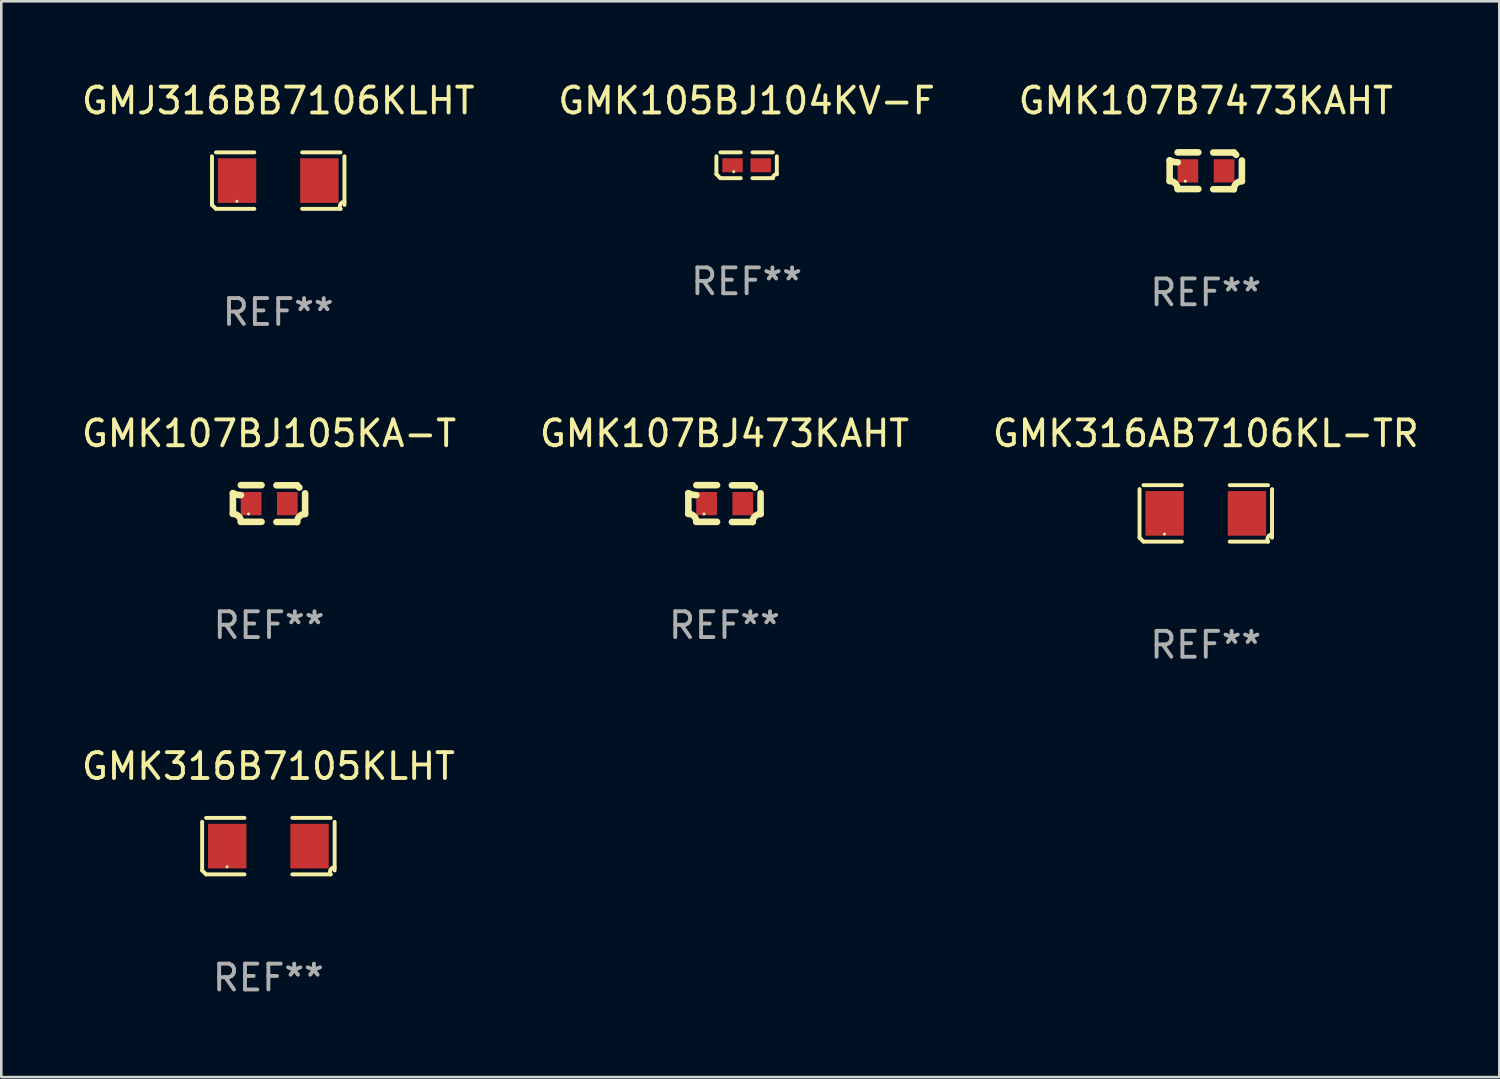
<source format=kicad_pcb>
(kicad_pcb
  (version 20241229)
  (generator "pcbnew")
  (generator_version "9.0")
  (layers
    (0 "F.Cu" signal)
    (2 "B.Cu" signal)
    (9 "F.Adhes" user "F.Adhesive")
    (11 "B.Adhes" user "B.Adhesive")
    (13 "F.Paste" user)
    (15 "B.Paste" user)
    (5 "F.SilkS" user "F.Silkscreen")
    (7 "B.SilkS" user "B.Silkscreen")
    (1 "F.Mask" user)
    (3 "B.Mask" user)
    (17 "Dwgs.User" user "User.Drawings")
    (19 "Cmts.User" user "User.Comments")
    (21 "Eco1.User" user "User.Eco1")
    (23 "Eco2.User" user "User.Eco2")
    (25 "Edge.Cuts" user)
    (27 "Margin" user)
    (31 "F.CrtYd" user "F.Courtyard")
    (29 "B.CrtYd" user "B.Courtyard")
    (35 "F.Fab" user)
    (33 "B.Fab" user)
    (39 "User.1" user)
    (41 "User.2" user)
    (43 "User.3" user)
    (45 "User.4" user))
  (footprint "GMK316AB7106KL-TR"
    (layer "F.Cu")
    (at 43.625 16.823)
    (property "Reference" "GMK316AB7106KL-TR" (at 0 -3.093 0) (layer "F.SilkS") (effects (font (size 1 1) (thickness 0.15))))
    (attr through_hole)
    (fp_line (start -2.564 0.94) (end -2.564 -0.94) (stroke (width 0.152) (type solid)) (layer "F.SilkS"))
    (fp_line (start -2.411 -1.093) (end -0.926 -1.093) (stroke (width 0.152) (type solid)) (layer "F.SilkS"))
    (fp_line (start -0.926 1.093) (end -2.411 1.093) (stroke (width 0.152) (type solid)) (layer "F.SilkS"))
    (fp_line (start 0.926 1.093) (end 2.411 1.093) (stroke (width 0.152) (type solid)) (layer "F.SilkS"))
    (fp_line (start 2.411 -1.093) (end 0.926 -1.093) (stroke (width 0.152) (type solid)) (layer "F.SilkS"))
    (fp_line (start 2.564 0.94) (end 2.564 -0.94) (stroke (width 0.152) (type solid)) (layer "F.SilkS"))
    (fp_arc (start -2.411201 1.092609) (mid -2.487413 1.01642) (end -2.563602 0.940208) (stroke (width 0.1524) (type solid)) (layer "F.SilkS"))
    (fp_arc (start 2.411201 1.092609) (mid 2.407159 0.911226) (end 2.563602 0.819347) (stroke (width 0.1524) (type solid)) (layer "F.SilkS"))
    (fp_circle (center -1.6 0.8) (end -1.57 0.8) (stroke (width 0.06) (type solid)) (fill no) (layer "F.SilkS"))
    (fp_text user "REF**" (at 0 5.093 0) (layer "F.Fab") (effects (font (size 1 1) (thickness 0.15))))
    (pad "1" smd rect (at -1.593 0) (size 1.485 1.728) (layers "F.Cu" "F.Mask" "F.Paste"))
    (pad "2" smd rect (at 1.593 0) (size 1.485 1.728) (layers "F.Cu" "F.Mask" "F.Paste")))
  (footprint "GMK316B7105KLHT"
    (layer "F.Cu")
    (at 7.339 29.704)
    (property "Reference" "GMK316B7105KLHT" (at 0 -3.093 0) (layer "F.SilkS") (effects (font (size 1 1) (thickness 0.15))))
    (attr through_hole)
    (fp_line (start -2.564 0.94) (end -2.564 -0.94) (stroke (width 0.152) (type solid)) (layer "F.SilkS"))
    (fp_line (start -2.411 -1.093) (end -0.926 -1.093) (stroke (width 0.152) (type solid)) (layer "F.SilkS"))
    (fp_line (start -0.926 1.093) (end -2.411 1.093) (stroke (width 0.152) (type solid)) (layer "F.SilkS"))
    (fp_line (start 0.926 1.093) (end 2.411 1.093) (stroke (width 0.152) (type solid)) (layer "F.SilkS"))
    (fp_line (start 2.411 -1.093) (end 0.926 -1.093) (stroke (width 0.152) (type solid)) (layer "F.SilkS"))
    (fp_line (start 2.564 0.94) (end 2.564 -0.94) (stroke (width 0.152) (type solid)) (layer "F.SilkS"))
    (fp_arc (start -2.411201 1.092609) (mid -2.487413 1.01642) (end -2.563602 0.940208) (stroke (width 0.1524) (type solid)) (layer "F.SilkS"))
    (fp_arc (start 2.411201 1.092609) (mid 2.407159 0.911226) (end 2.563602 0.819347) (stroke (width 0.1524) (type solid)) (layer "F.SilkS"))
    (fp_circle (center -1.6 0.8) (end -1.57 0.8) (stroke (width 0.06) (type solid)) (fill no) (layer "F.SilkS"))
    (fp_text user "REF**" (at 0 5.093 0) (layer "F.Fab") (effects (font (size 1 1) (thickness 0.15))))
    (pad "1" smd rect (at -1.593 0) (size 1.485 1.728) (layers "F.Cu" "F.Mask" "F.Paste"))
    (pad "2" smd rect (at 1.593 0) (size 1.485 1.728) (layers "F.Cu" "F.Mask" "F.Paste")))
  (footprint "GMK107BJ473KAHT"
    (layer "F.Cu")
    (at 24.994 16.443)
    (property "Reference" "GMK107BJ473KAHT" (at 0 -2.713 0) (layer "F.SilkS") (effects (font (size 1 1) (thickness 0.15))))
    (attr through_hole)
    (fp_line (start -1.398 -0.403) (end -1.398 0.397) (stroke (width 0.254) (type solid)) (layer "F.SilkS"))
    (fp_line (start -0.288 -0.713) (end -1.088 -0.713) (stroke (width 0.254) (type solid)) (layer "F.SilkS"))
    (fp_line (start -0.288 0.707) (end -1.088 0.707) (stroke (width 0.254) (type solid)) (layer "F.SilkS"))
    (fp_line (start 0.288 -0.707) (end 1.088 -0.707) (stroke (width 0.254) (type solid)) (layer "F.SilkS"))
    (fp_line (start 0.288 0.713) (end 1.088 0.713) (stroke (width 0.254) (type solid)) (layer "F.SilkS"))
    (fp_line (start 1.398 -0.397) (end 1.398 0.403) (stroke (width 0.254) (type solid)) (layer "F.SilkS"))
    (fp_arc (start -1.397789 0.397066) (mid -1.178701 0.487826) (end -1.08796 0.706922) (stroke (width 0.254001) (type solid)) (layer "F.SilkS"))
    (fp_arc (start -1.08796 -0.327176) (mid -1.247436 -0.346384) (end -1.39779 -0.402908) (stroke (width 0.254001) (type solid)) (layer "F.SilkS"))
    (fp_arc (start 1.087909 0.712738) (mid 1.178656 0.493655) (end 1.397739 0.402908) (stroke (width 0.254001) (type solid)) (layer "F.SilkS"))
    (fp_arc (start 1.175925 -0.618926) (mid 1.131917 -0.662923) (end 1.08791 -0.706922) (stroke (width 0.254001) (type solid)) (layer "F.SilkS"))
    (fp_circle (center -0.792 0.403) (end -0.762 0.403) (stroke (width 0.06) (type solid)) (fill no) (layer "F.SilkS"))
    (fp_text user "REF**" (at 0 4.713 0) (layer "F.Fab") (effects (font (size 1 1) (thickness 0.15))))
    (pad "1" smd rect (at -0.692 0.003) (size 0.8 0.9) (layers "F.Cu" "F.Mask" "F.Paste"))
    (pad "2" smd rect (at 0.708 0.003) (size 0.8 0.9) (layers "F.Cu" "F.Mask" "F.Paste")))
  (footprint "GMK107BJ105KA-T"
    (layer "F.Cu")
    (at 7.363 16.443)
    (property "Reference" "GMK107BJ105KA-T" (at 0 -2.713 0) (layer "F.SilkS") (effects (font (size 1 1) (thickness 0.15))))
    (attr through_hole)
    (fp_line (start -1.398 -0.403) (end -1.398 0.397) (stroke (width 0.254) (type solid)) (layer "F.SilkS"))
    (fp_line (start -0.288 -0.713) (end -1.088 -0.713) (stroke (width 0.254) (type solid)) (layer "F.SilkS"))
    (fp_line (start -0.288 0.707) (end -1.088 0.707) (stroke (width 0.254) (type solid)) (layer "F.SilkS"))
    (fp_line (start 0.288 -0.707) (end 1.088 -0.707) (stroke (width 0.254) (type solid)) (layer "F.SilkS"))
    (fp_line (start 0.288 0.713) (end 1.088 0.713) (stroke (width 0.254) (type solid)) (layer "F.SilkS"))
    (fp_line (start 1.398 -0.397) (end 1.398 0.403) (stroke (width 0.254) (type solid)) (layer "F.SilkS"))
    (fp_arc (start -1.397789 0.397066) (mid -1.178701 0.487826) (end -1.08796 0.706922) (stroke (width 0.254001) (type solid)) (layer "F.SilkS"))
    (fp_arc (start -1.08796 -0.327176) (mid -1.247436 -0.346384) (end -1.39779 -0.402908) (stroke (width 0.254001) (type solid)) (layer "F.SilkS"))
    (fp_arc (start 1.087909 0.712738) (mid 1.178656 0.493655) (end 1.397739 0.402908) (stroke (width 0.254001) (type solid)) (layer "F.SilkS"))
    (fp_arc (start 1.175925 -0.618926) (mid 1.131917 -0.662923) (end 1.08791 -0.706922) (stroke (width 0.254001) (type solid)) (layer "F.SilkS"))
    (fp_circle (center -0.792 0.403) (end -0.762 0.403) (stroke (width 0.06) (type solid)) (fill no) (layer "F.SilkS"))
    (fp_text user "REF**" (at 0 4.713 0) (layer "F.Fab") (effects (font (size 1 1) (thickness 0.15))))
    (pad "1" smd rect (at -0.692 0.003) (size 0.8 0.9) (layers "F.Cu" "F.Mask" "F.Paste"))
    (pad "2" smd rect (at 0.708 0.003) (size 0.8 0.9) (layers "F.Cu" "F.Mask" "F.Paste")))
  (footprint "GMJ316BB7106KLHT"
    (layer "F.Cu")
    (at 7.72 3.941)
    (property "Reference" "GMJ316BB7106KLHT" (at 0 -3.093 0) (layer "F.SilkS") (effects (font (size 1 1) (thickness 0.15))))
    (attr through_hole)
    (fp_line (start -2.564 0.94) (end -2.564 -0.94) (stroke (width 0.152) (type solid)) (layer "F.SilkS"))
    (fp_line (start -2.411 -1.093) (end -0.926 -1.093) (stroke (width 0.152) (type solid)) (layer "F.SilkS"))
    (fp_line (start -0.926 1.093) (end -2.411 1.093) (stroke (width 0.152) (type solid)) (layer "F.SilkS"))
    (fp_line (start 0.926 1.093) (end 2.411 1.093) (stroke (width 0.152) (type solid)) (layer "F.SilkS"))
    (fp_line (start 2.411 -1.093) (end 0.926 -1.093) (stroke (width 0.152) (type solid)) (layer "F.SilkS"))
    (fp_line (start 2.564 0.94) (end 2.564 -0.94) (stroke (width 0.152) (type solid)) (layer "F.SilkS"))
    (fp_arc (start -2.411201 1.092609) (mid -2.487413 1.01642) (end -2.563602 0.940208) (stroke (width 0.1524) (type solid)) (layer "F.SilkS"))
    (fp_arc (start 2.411201 1.092609) (mid 2.407159 0.911226) (end 2.563602 0.819347) (stroke (width 0.1524) (type solid)) (layer "F.SilkS"))
    (fp_circle (center -1.6 0.8) (end -1.57 0.8) (stroke (width 0.06) (type solid)) (fill no) (layer "F.SilkS"))
    (fp_text user "REF**" (at 0 5.093 0) (layer "F.Fab") (effects (font (size 1 1) (thickness 0.15))))
    (pad "1" smd rect (at -1.593 0) (size 1.485 1.728) (layers "F.Cu" "F.Mask" "F.Paste"))
    (pad "2" smd rect (at 1.593 0) (size 1.485 1.728) (layers "F.Cu" "F.Mask" "F.Paste")))
  (footprint "GMK105BJ104KV-F"
    (layer "F.Cu")
    (at 25.851 3.347)
    (property "Reference" "GMK105BJ104KV-F" (at 0 -2.499 0) (layer "F.SilkS") (effects (font (size 1 1) (thickness 0.15))))
    (attr through_hole)
    (fp_line (start -1.169 0.346) (end -1.169 -0.346) (stroke (width 0.152) (type solid)) (layer "F.SilkS"))
    (fp_line (start -1.016 -0.499) (end -0.226 -0.499) (stroke (width 0.152) (type solid)) (layer "F.SilkS"))
    (fp_line (start -0.226 0.499) (end -1.016 0.499) (stroke (width 0.152) (type solid)) (layer "F.SilkS"))
    (fp_line (start 0.226 0.499) (end 1.016 0.499) (stroke (width 0.152) (type solid)) (layer "F.SilkS"))
    (fp_line (start 1.016 -0.499) (end 0.226 -0.499) (stroke (width 0.152) (type solid)) (layer "F.SilkS"))
    (fp_line (start 1.169 0.346) (end 1.169 -0.346) (stroke (width 0.152) (type solid)) (layer "F.SilkS"))
    (fp_arc (start -1.016307 0.498603) (mid -1.092512 0.422405) (end -1.16871 0.3462) (stroke (width 0.1524) (type solid)) (layer "F.SilkS"))
    (fp_arc (start 1.016307 0.498603) (mid 1.060899 0.390758) (end 1.168707 0.346076) (stroke (width 0.1524) (type solid)) (layer "F.SilkS"))
    (fp_circle (center -0.5 0.25) (end -0.47 0.25) (stroke (width 0.06) (type solid)) (fill no) (layer "F.SilkS"))
    (fp_text user "REF**" (at 0 4.499 0) (layer "F.Fab") (effects (font (size 1 1) (thickness 0.15))))
    (pad "1" smd rect (at -0.545 0) (size 0.79 0.54) (layers "F.Cu" "F.Mask" "F.Paste"))
    (pad "2" smd rect (at 0.545 0) (size 0.79 0.54) (layers "F.Cu" "F.Mask" "F.Paste")))
  (footprint "GMK107B7473KAHT"
    (layer "F.Cu")
    (at 43.625 3.561)
    (property "Reference" "GMK107B7473KAHT" (at 0 -2.713 0) (layer "F.SilkS") (effects (font (size 1 1) (thickness 0.15))))
    (attr through_hole)
    (fp_line (start -1.398 -0.403) (end -1.398 0.397) (stroke (width 0.254) (type solid)) (layer "F.SilkS"))
    (fp_line (start -0.288 -0.713) (end -1.088 -0.713) (stroke (width 0.254) (type solid)) (layer "F.SilkS"))
    (fp_line (start -0.288 0.707) (end -1.088 0.707) (stroke (width 0.254) (type solid)) (layer "F.SilkS"))
    (fp_line (start 0.288 -0.707) (end 1.088 -0.707) (stroke (width 0.254) (type solid)) (layer "F.SilkS"))
    (fp_line (start 0.288 0.713) (end 1.088 0.713) (stroke (width 0.254) (type solid)) (layer "F.SilkS"))
    (fp_line (start 1.398 -0.397) (end 1.398 0.403) (stroke (width 0.254) (type solid)) (layer "F.SilkS"))
    (fp_arc (start -1.397789 0.397066) (mid -1.178701 0.487826) (end -1.08796 0.706922) (stroke (width 0.254001) (type solid)) (layer "F.SilkS"))
    (fp_arc (start -1.08796 -0.327176) (mid -1.247436 -0.346384) (end -1.39779 -0.402908) (stroke (width 0.254001) (type solid)) (layer "F.SilkS"))
    (fp_arc (start 1.087909 0.712738) (mid 1.178656 0.493655) (end 1.397739 0.402908) (stroke (width 0.254001) (type solid)) (layer "F.SilkS"))
    (fp_arc (start 1.175925 -0.618926) (mid 1.131917 -0.662923) (end 1.08791 -0.706922) (stroke (width 0.254001) (type solid)) (layer "F.SilkS"))
    (fp_circle (center -0.792 0.403) (end -0.762 0.403) (stroke (width 0.06) (type solid)) (fill no) (layer "F.SilkS"))
    (fp_text user "REF**" (at 0 4.713 0) (layer "F.Fab") (effects (font (size 1 1) (thickness 0.15))))
    (pad "1" smd rect (at -0.692 0.003) (size 0.8 0.9) (layers "F.Cu" "F.Mask" "F.Paste"))
    (pad "2" smd rect (at 0.708 0.003) (size 0.8 0.9) (layers "F.Cu" "F.Mask" "F.Paste")))
  (gr_rect
    (start -3 -3)
    (end 54.988 38.645)
    (stroke (width 0.1) (type default))
    (fill no)
    (layer "Edge.Cuts")))
</source>
